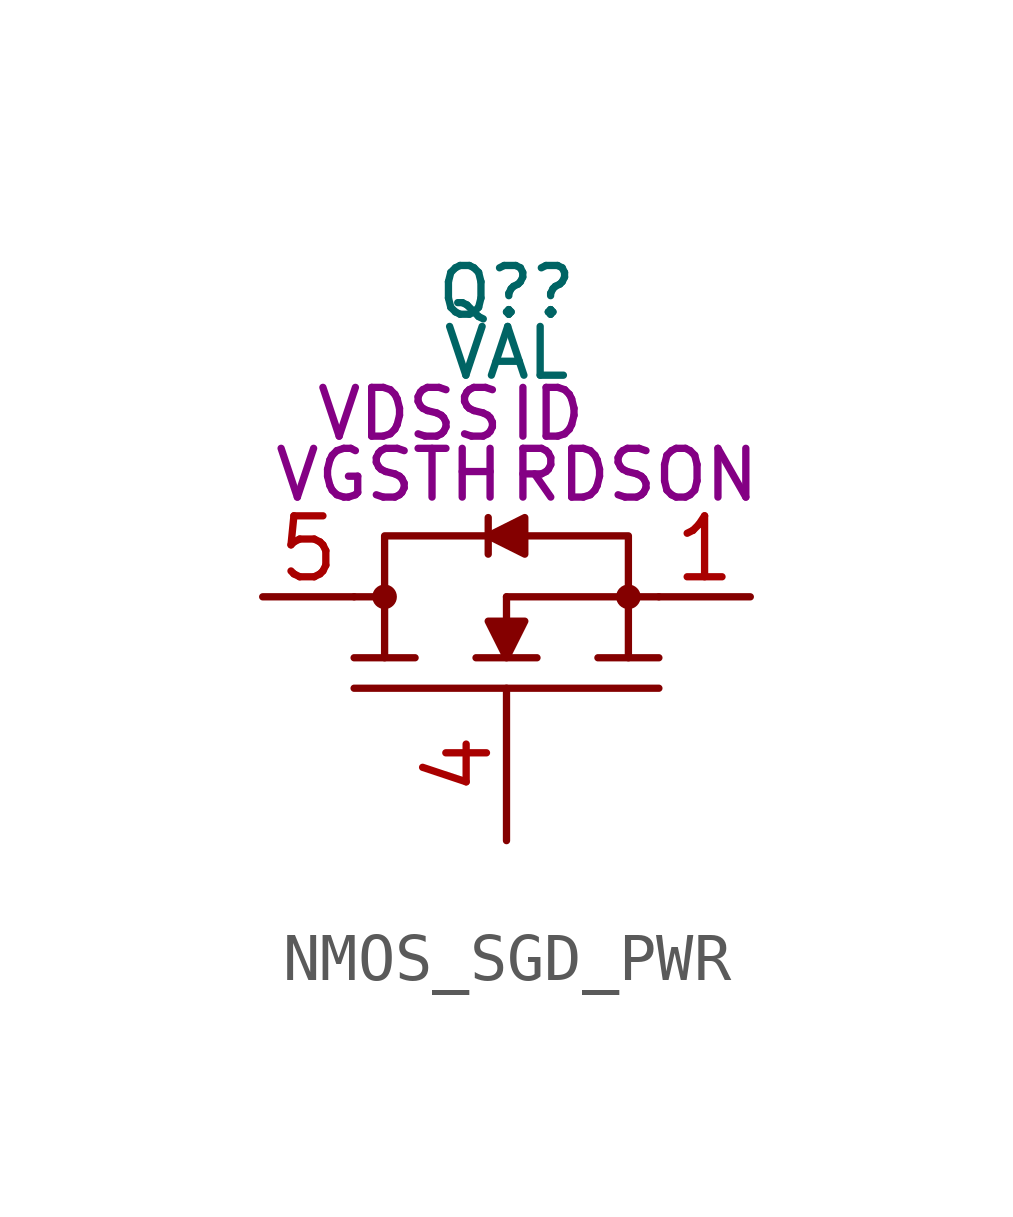
<source format=kicad_sym>
(kicad_symbol_lib
  (version 20241209)
  (generator "kicad_symbol_editor")
  (generator_version "9.0")
  (symbol "NMOS_SGD_PWR"
    (pin_names
      (hide yes))
    (property "Reference" "Q?"
      (at 0 6.35 0)
      (effects (font (size 1.016 1.016))))
    (property "Value" "VAL"
      (at 0 5.08 0)
      (effects (font (size 1.016 1.016))))
    (property "VDSS" "VDSS"
      (at 0 3.81 0)
      (effects (font (size 1.016 1.016)) (justify right)))
    (property "VGSTH" "VGSTH"
      (at 0 2.54 0)
      (effects (font (size 1.016 1.016)) (justify right)))
    (property "ID" "ID"
      (at 0 3.81 0)
      (effects (font (size 1.016 1.016)) (justify left)))
    (property "RDSON" "RDSON"
      (at 0 2.54 0)
      (effects (font (size 1.016 1.016)) (justify left)))
    (symbol "NMOS_SGD_PWR_0_1"
      (polyline (pts (xy -3.175 -1.27) (xy -1.905 -1.27)) (stroke (width 0) (type default)) (fill (type none)))
      (polyline (pts (xy -2.54 -1.27) (xy -2.54 0) (xy -3.175 0)) (stroke (width 0) (type default)) (fill (type none)))
      (polyline (pts (xy -0.635 -1.27) (xy 0.635 -1.27)) (stroke (width 0) (type default)) (fill (type none)))
      (polyline (pts (xy 0 0) (xy 0 -0.508)) (stroke (width 0) (type default)) (fill (type none)))
      (polyline (pts (xy 1.905 -1.27) (xy 3.175 -1.27)) (stroke (width 0) (type default)) (fill (type none)))
      (polyline (pts (xy 2.54 -1.27) (xy 2.54 0) (xy 3.175 0)) (stroke (width 0) (type default)) (fill (type none))))
    (symbol "NMOS_SGD_PWR_1_0"
      (pin passive line (at -5.08 0 0) (length 1.905) (name "" (effects (font (size 1.27 1.27)))) (number "5" (effects (font (size 1.27 1.27)))))
      (pin passive line (at -5.08 0 0) (length 1.905) (hide yes) (name "" (effects (font (size 1.27 1.27)))) (number "6" (effects (font (size 1.27 1.27)))))
      (pin passive line (at -5.08 0 0) (length 1.905) (hide yes) (name "" (effects (font (size 1.27 1.27)))) (number "7" (effects (font (size 1.27 1.27)))))
      (pin passive line (at -5.08 0 0) (length 1.905) (hide yes) (name "" (effects (font (size 1.27 1.27)))) (number "8" (effects (font (size 1.27 1.27)))))
      (pin passive line (at 0 -5.08 90) (length 3.175) (name "" (effects (font (size 1.27 1.27)))) (number "4" (effects (font (size 1.27 1.27)))))
      (pin passive line (at 5.08 0 180) (length 1.905) (name "" (effects (font (size 1.27 1.27)))) (number "1" (effects (font (size 1.27 1.27)))))
      (pin passive line (at 5.08 0 180) (length 1.905) (hide yes) (name "" (effects (font (size 1.27 1.27)))) (number "2" (effects (font (size 1.27 1.27)))))
      (pin passive line (at 5.08 0 180) (length 1.905) (hide yes) (name "" (effects (font (size 1.27 1.27)))) (number "3" (effects (font (size 1.27 1.27))))))
    (symbol "NMOS_SGD_PWR_1_1"
      (polyline (pts (xy -3.175 -1.905) (xy 3.175 -1.905)) (stroke (width 0) (type default)) (fill (type none)))
      (circle (center -2.54 0) (radius 0.18) (stroke (width 0) (type default)) (fill (type outline)))
      (polyline (pts (xy -2.54 0) (xy -2.54 1.27) (xy -0.381 1.27)) (stroke (width 0) (type default)) (fill (type none)))
      (polyline (pts (xy -0.381 1.651) (xy -0.381 0.889)) (stroke (width 0) (type default)) (fill (type none)))
      (polyline (pts (xy -0.381 1.27) (xy 0.381 0.889) (xy 0.381 1.651) (xy -0.381 1.27)) (stroke (width 0) (type default)) (fill (type outline)))
      (polyline (pts (xy 0 0) (xy 2.54 0)) (stroke (width 0) (type default)) (fill (type none)))
      (polyline (pts (xy 0 -1.27) (xy 0.381 -0.508) (xy -0.381 -0.508) (xy 0 -1.27)) (stroke (width 0) (type default)) (fill (type outline)))
      (polyline (pts (xy 0.381 1.27) (xy 2.54 1.27) (xy 2.54 0)) (stroke (width 0) (type default)) (fill (type none)))
      (circle (center 2.54 0) (radius 0.18) (stroke (width 0) (type default)) (fill (type outline))))))
</source>
